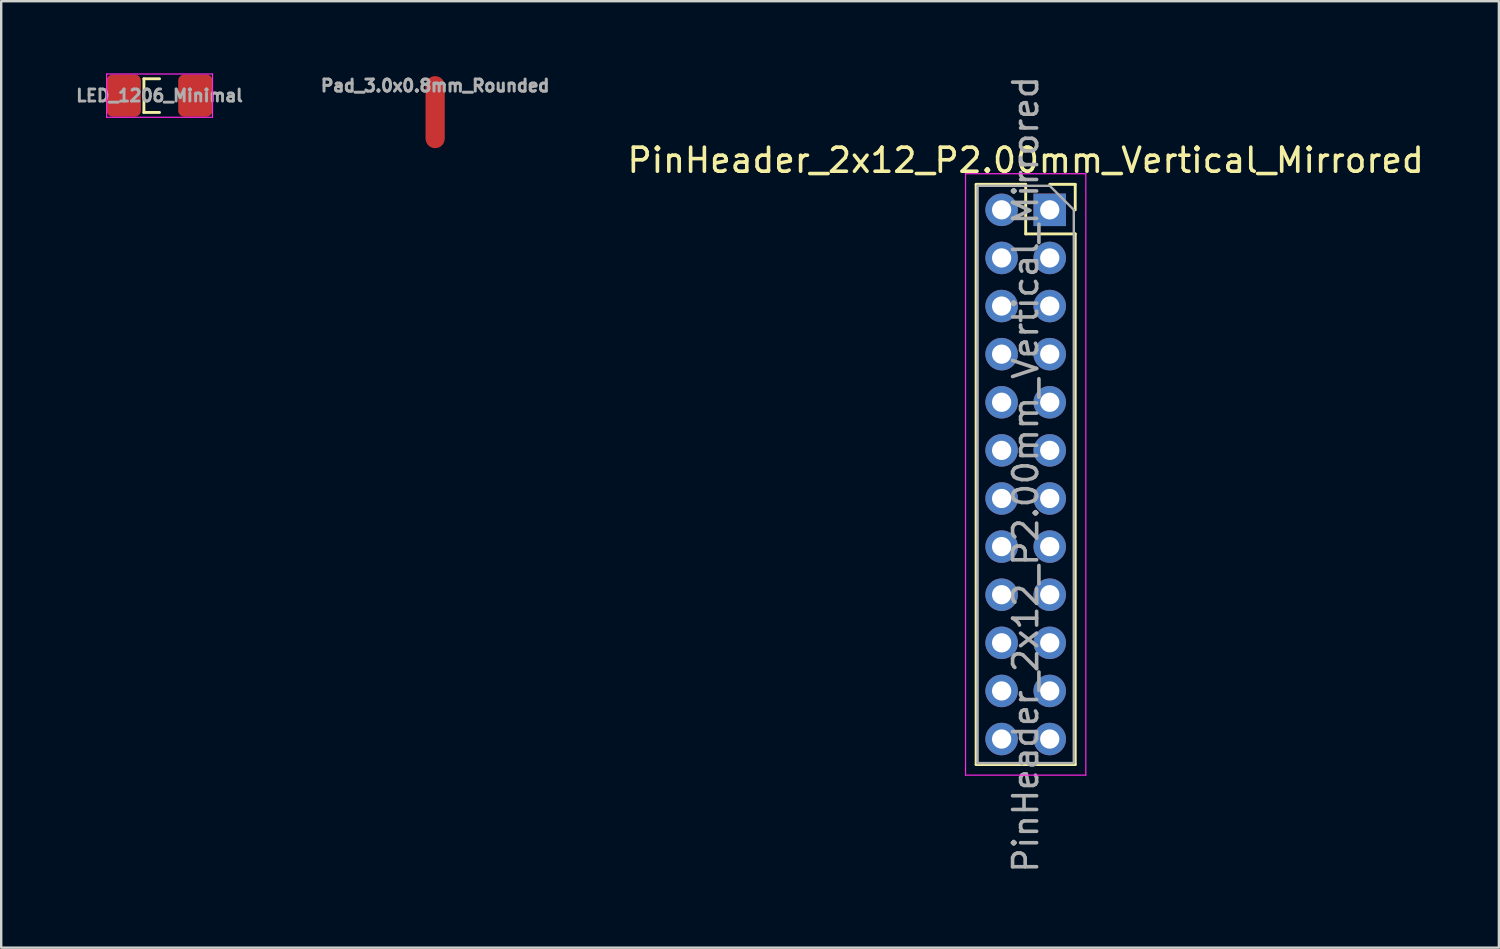
<source format=kicad_pcb>
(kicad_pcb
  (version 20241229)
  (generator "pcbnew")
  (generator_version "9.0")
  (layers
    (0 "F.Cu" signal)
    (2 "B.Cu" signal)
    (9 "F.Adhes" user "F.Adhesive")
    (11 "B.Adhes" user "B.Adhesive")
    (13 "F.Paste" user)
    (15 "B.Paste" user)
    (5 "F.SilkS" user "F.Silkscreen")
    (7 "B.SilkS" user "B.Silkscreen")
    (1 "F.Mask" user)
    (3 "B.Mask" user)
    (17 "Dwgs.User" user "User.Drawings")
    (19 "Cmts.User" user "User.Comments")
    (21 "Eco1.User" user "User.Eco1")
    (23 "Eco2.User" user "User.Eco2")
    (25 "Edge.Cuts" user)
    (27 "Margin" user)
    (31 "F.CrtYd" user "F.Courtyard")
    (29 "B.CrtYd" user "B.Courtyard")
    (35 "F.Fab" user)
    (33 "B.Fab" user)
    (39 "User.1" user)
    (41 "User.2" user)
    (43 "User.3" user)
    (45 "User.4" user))
  (footprint "PinHeader_2x12_P2.00mm_Vertical_Mirrored"
    (layer "F.Cu")
    (at 38.589 5.673)
    (property "Reference" "PinHeader_2x12_P2.00mm_Vertical_Mirrored" (at 1 -2.06 0) (layer "F.SilkS") (effects (font (size 1 1) (thickness 0.15))))
    (attr through_hole)
    (fp_line (start -1.06 -1.06) (end -1.06 23.06) (stroke (width 0.12) (type solid)) (layer "F.SilkS"))
    (fp_line (start -1.06 -1.06) (end 1 -1.06) (stroke (width 0.12) (type solid)) (layer "F.SilkS"))
    (fp_line (start -1.06 23.06) (end 3.06 23.06) (stroke (width 0.12) (type solid)) (layer "F.SilkS"))
    (fp_line (start 1 1) (end 1 -1.06) (stroke (width 0.12) (type solid)) (layer "F.SilkS"))
    (fp_line (start 1 1) (end 3.06 1) (stroke (width 0.12) (type solid)) (layer "F.SilkS"))
    (fp_line (start 2 -1.06) (end 3.06 -1.06) (stroke (width 0.12) (type solid)) (layer "F.SilkS"))
    (fp_line (start 3.06 0) (end 3.06 -1.06) (stroke (width 0.12) (type solid)) (layer "F.SilkS"))
    (fp_line (start 3.06 1) (end 3.06 23.06) (stroke (width 0.12) (type solid)) (layer "F.SilkS"))
    (fp_line (start -1.5 -1.5) (end -1.5 23.5) (stroke (width 0.05) (type solid)) (layer "F.CrtYd"))
    (fp_line (start -1.5 23.5) (end 3.5 23.5) (stroke (width 0.05) (type solid)) (layer "F.CrtYd"))
    (fp_line (start 3.5 -1.5) (end -1.5 -1.5) (stroke (width 0.05) (type solid)) (layer "F.CrtYd"))
    (fp_line (start 3.5 23.5) (end 3.5 -1.5) (stroke (width 0.05) (type solid)) (layer "F.CrtYd"))
    (fp_line (start -1 -1) (end -1 23) (stroke (width 0.1) (type solid)) (layer "F.Fab"))
    (fp_line (start -1 -1) (end 2 -1) (stroke (width 0.1) (type solid)) (layer "F.Fab"))
    (fp_line (start 3 0) (end 2 -1) (stroke (width 0.1) (type solid)) (layer "F.Fab"))
    (fp_line (start 3 23) (end -1 23) (stroke (width 0.1) (type solid)) (layer "F.Fab"))
    (fp_line (start 3 23) (end 3 0) (stroke (width 0.1) (type solid)) (layer "F.Fab"))
    (fp_text user "${REFERENCE}" (at 1 11 90) (layer "F.Fab") (effects (font (size 1 1) (thickness 0.15))))
    (pad "1" thru_hole rect (at 2 0) (size 1.35 1.35) (drill 0.8) (layers "*.Cu" "*.Mask"))
    (pad "2" thru_hole oval (at 0 0) (size 1.35 1.35) (drill 0.8) (layers "*.Cu" "*.Mask"))
    (pad "3" thru_hole oval (at 2 2) (size 1.35 1.35) (drill 0.8) (layers "*.Cu" "*.Mask"))
    (pad "4" thru_hole oval (at 0 2) (size 1.35 1.35) (drill 0.8) (layers "*.Cu" "*.Mask"))
    (pad "5" thru_hole oval (at 2 4) (size 1.35 1.35) (drill 0.8) (layers "*.Cu" "*.Mask"))
    (pad "6" thru_hole oval (at 0 4) (size 1.35 1.35) (drill 0.8) (layers "*.Cu" "*.Mask"))
    (pad "7" thru_hole oval (at 2 6) (size 1.35 1.35) (drill 0.8) (layers "*.Cu" "*.Mask"))
    (pad "8" thru_hole oval (at 0 6) (size 1.35 1.35) (drill 0.8) (layers "*.Cu" "*.Mask"))
    (pad "9" thru_hole oval (at 2 8) (size 1.35 1.35) (drill 0.8) (layers "*.Cu" "*.Mask"))
    (pad "10" thru_hole oval (at 0 8) (size 1.35 1.35) (drill 0.8) (layers "*.Cu" "*.Mask"))
    (pad "11" thru_hole oval (at 2 10) (size 1.35 1.35) (drill 0.8) (layers "*.Cu" "*.Mask"))
    (pad "12" thru_hole oval (at 0 10) (size 1.35 1.35) (drill 0.8) (layers "*.Cu" "*.Mask"))
    (pad "13" thru_hole oval (at 2 12) (size 1.35 1.35) (drill 0.8) (layers "*.Cu" "*.Mask"))
    (pad "14" thru_hole oval (at 0 12) (size 1.35 1.35) (drill 0.8) (layers "*.Cu" "*.Mask"))
    (pad "15" thru_hole oval (at 2 14) (size 1.35 1.35) (drill 0.8) (layers "*.Cu" "*.Mask"))
    (pad "16" thru_hole oval (at 0 14) (size 1.35 1.35) (drill 0.8) (layers "*.Cu" "*.Mask"))
    (pad "17" thru_hole oval (at 2 16) (size 1.35 1.35) (drill 0.8) (layers "*.Cu" "*.Mask"))
    (pad "18" thru_hole oval (at 0 16) (size 1.35 1.35) (drill 0.8) (layers "*.Cu" "*.Mask"))
    (pad "19" thru_hole oval (at 2 18) (size 1.35 1.35) (drill 0.8) (layers "*.Cu" "*.Mask"))
    (pad "20" thru_hole oval (at 0 18) (size 1.35 1.35) (drill 0.8) (layers "*.Cu" "*.Mask"))
    (pad "21" thru_hole oval (at 2 20) (size 1.35 1.35) (drill 0.8) (layers "*.Cu" "*.Mask"))
    (pad "22" thru_hole oval (at 0 20) (size 1.35 1.35) (drill 0.8) (layers "*.Cu" "*.Mask"))
    (pad "23" thru_hole oval (at 2 22) (size 1.35 1.35) (drill 0.8) (layers "*.Cu" "*.Mask"))
    (pad "24" thru_hole oval (at 0 22) (size 1.35 1.35) (drill 0.8) (layers "*.Cu" "*.Mask")))
  (footprint "Pad_3.0x0.8mm_Rounded"
    (layer "F.Cu")
    (at 15.04 1.612)
    (property "Reference" "Pad_3.0x0.8mm_Rounded" (at 0 -1.1 180) (layer "F.Fab") (effects (font (size 0.5 0.5) (thickness 0.125))))
    (attr exclude_from_pos_files exclude_from_bom)
    (pad "1" smd roundrect (at 0 0) (size 0.8 3) (layers "F.Cu" "F.Mask") (roundrect_rratio 0.5)))
  (footprint "LED_1206_Minimal"
    (layer "F.Cu")
    (at 3.582 0.925)
    (property "Reference" "LED_1206_Minimal" (at 0 0 0) (layer "F.Fab") (effects (font (size 0.5 0.5) (thickness 0.12))))
    (attr smd)
    (fp_line (start -0.65 -0.7) (end -0.65 0.7) (stroke (width 0.12) (type solid)) (layer "F.SilkS"))
    (fp_line (start -0.65 -0.7) (end 0 -0.7) (stroke (width 0.12) (type solid)) (layer "F.SilkS"))
    (fp_line (start -0.65 0.7) (end 0 0.7) (stroke (width 0.12) (type solid)) (layer "F.SilkS"))
    (fp_line (start -2.2 -0.9) (end 2.2 -0.9) (stroke (width 0.05) (type solid)) (layer "F.CrtYd"))
    (fp_line (start -2.2 0.9) (end -2.2 -0.9) (stroke (width 0.05) (type solid)) (layer "F.CrtYd"))
    (fp_line (start 2.2 -0.9) (end 2.2 0.9) (stroke (width 0.05) (type solid)) (layer "F.CrtYd"))
    (fp_line (start 2.2 0.9) (end -2.2 0.9) (stroke (width 0.05) (type solid)) (layer "F.CrtYd"))
    (pad "1" smd roundrect (at -1.488 0) (size 1.425 1.75) (layers "F.Cu" "F.Mask" "F.Paste") (roundrect_rratio 0.175))
    (pad "2" smd roundrect (at 1.488 0) (size 1.425 1.75) (layers "F.Cu" "F.Mask" "F.Paste") (roundrect_rratio 0.175)))
  (gr_rect
    (start -3 -3)
    (end 59.261 36.345)
    (stroke (width 0.1) (type default))
    (fill no)
    (layer "Edge.Cuts")))
</source>
